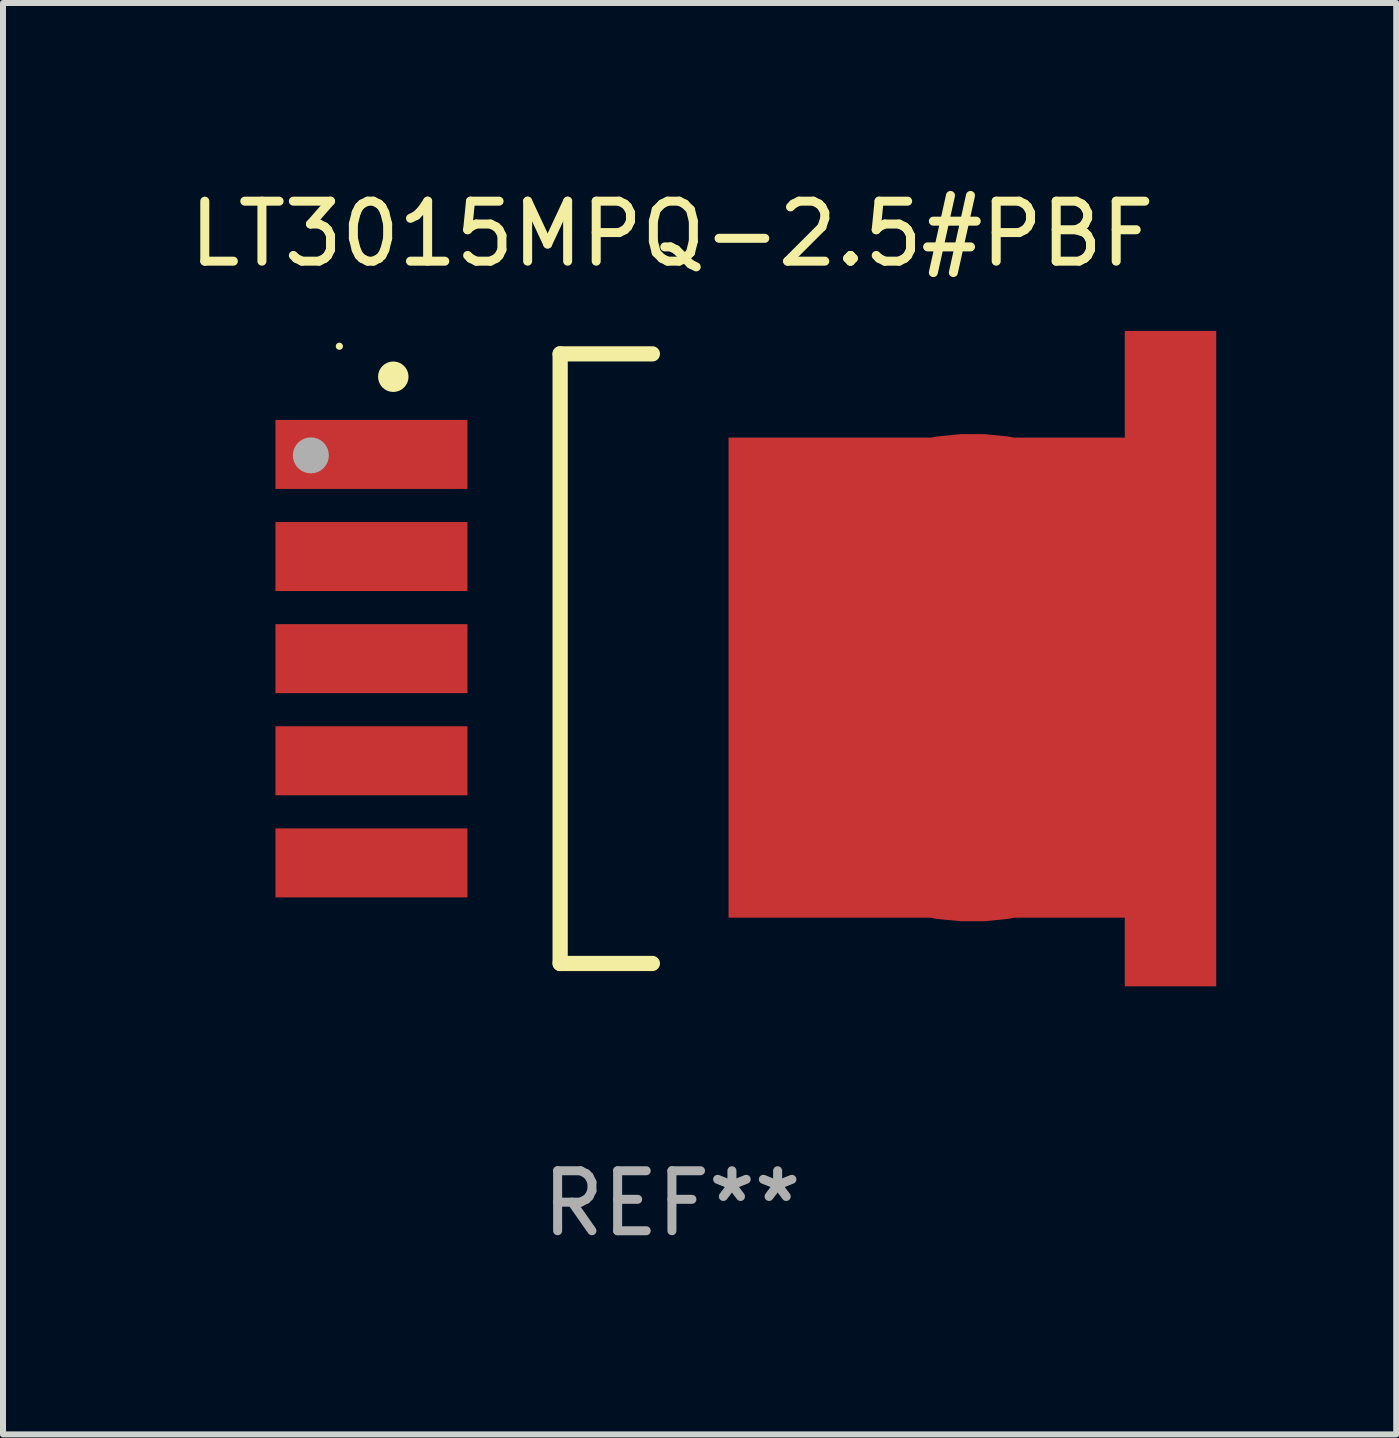
<source format=kicad_pcb>
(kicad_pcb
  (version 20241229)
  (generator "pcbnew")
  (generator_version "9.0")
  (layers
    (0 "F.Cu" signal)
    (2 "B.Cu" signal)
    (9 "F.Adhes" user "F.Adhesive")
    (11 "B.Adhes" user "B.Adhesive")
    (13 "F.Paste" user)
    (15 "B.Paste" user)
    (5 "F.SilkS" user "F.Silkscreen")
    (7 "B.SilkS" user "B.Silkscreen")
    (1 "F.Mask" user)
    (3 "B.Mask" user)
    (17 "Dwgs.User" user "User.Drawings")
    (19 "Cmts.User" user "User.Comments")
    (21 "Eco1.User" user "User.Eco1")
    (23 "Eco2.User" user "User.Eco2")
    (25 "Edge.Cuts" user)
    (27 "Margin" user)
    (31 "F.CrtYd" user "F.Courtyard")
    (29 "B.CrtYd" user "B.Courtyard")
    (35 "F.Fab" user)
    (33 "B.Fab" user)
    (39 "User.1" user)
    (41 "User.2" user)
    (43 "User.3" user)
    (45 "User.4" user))
  (footprint "LT3015MPQ-2.5#PBF"
    (layer "F.Cu")
    (at 8.149 7.928)
    (property "Reference" "LT3015MPQ-2.5#PBF" (at 0 -7.08 0) (layer "F.SilkS") (effects (font (size 1 1) (thickness 0.15))))
    (attr through_hole)
    (fp_line (start -1.863 -5.08) (end -0.326 -5.08) (stroke (width 0.254) (type solid)) (layer "F.SilkS"))
    (fp_line (start -1.863 5.08) (end -1.863 -5.08) (stroke (width 0.254) (type solid)) (layer "F.SilkS"))
    (fp_line (start -0.326 5.08) (end -1.863 5.08) (stroke (width 0.254) (type solid)) (layer "F.SilkS"))
    (fp_circle (center -5.543 -5.207) (end -5.513 -5.207) (stroke (width 0.06) (type solid)) (fill no) (layer "F.SilkS"))
    (fp_circle (center -4.644 -4.699) (end -4.517 -4.699) (stroke (width 0.254) (type solid)) (fill no) (layer "F.SilkS"))
    (fp_circle (center -6.018 -3.388) (end -5.868 -3.388) (stroke (width 0.3) (type solid)) (fill no) (layer "F.Fab"))
    (fp_text user "REF**" (at 0 9.08 0) (layer "F.Fab") (effects (font (size 1 1) (thickness 0.15))))
    (pad "1" smd rect (at -5.008 -3.404) (size 3.2 1.15) (layers "F.Cu" "F.Mask" "F.Paste"))
    (pad "2" smd rect (at -5.008 -1.702) (size 3.2 1.15) (layers "F.Cu" "F.Mask" "F.Paste"))
    (pad "3" smd rect (at -5.008 -0.000025) (size 3.2 1.15) (layers "F.Cu" "F.Mask" "F.Paste"))
    (pad "4" smd rect (at -5.008 1.702) (size 3.2 1.15) (layers "F.Cu" "F.Mask" "F.Paste"))
    (pad "5" smd rect (at -5.008 3.404) (size 3.2 1.15) (layers "F.Cu" "F.Mask" "F.Paste"))
    (pad "6" smd custom (at 5.008 0.317) (size 8.128 10.922) (layers "F.Cu" "F.Mask" "F.Paste") (options (anchor circle)) (primitives (gr_poly (pts (xy -4.064 -4.001) (xy 2.54 -4.001) (xy 2.54 -5.779) (xy 4.064 -5.779) (xy 4.064 5.144) (xy 2.54 5.144) (xy 2.54 4) (xy -4.064 4)) (width 0) (fill yes)))))
  (gr_rect
    (start -3 -3)
    (end 20.221 20.857)
    (stroke (width 0.1) (type default))
    (fill no)
    (layer "Edge.Cuts")))
</source>
